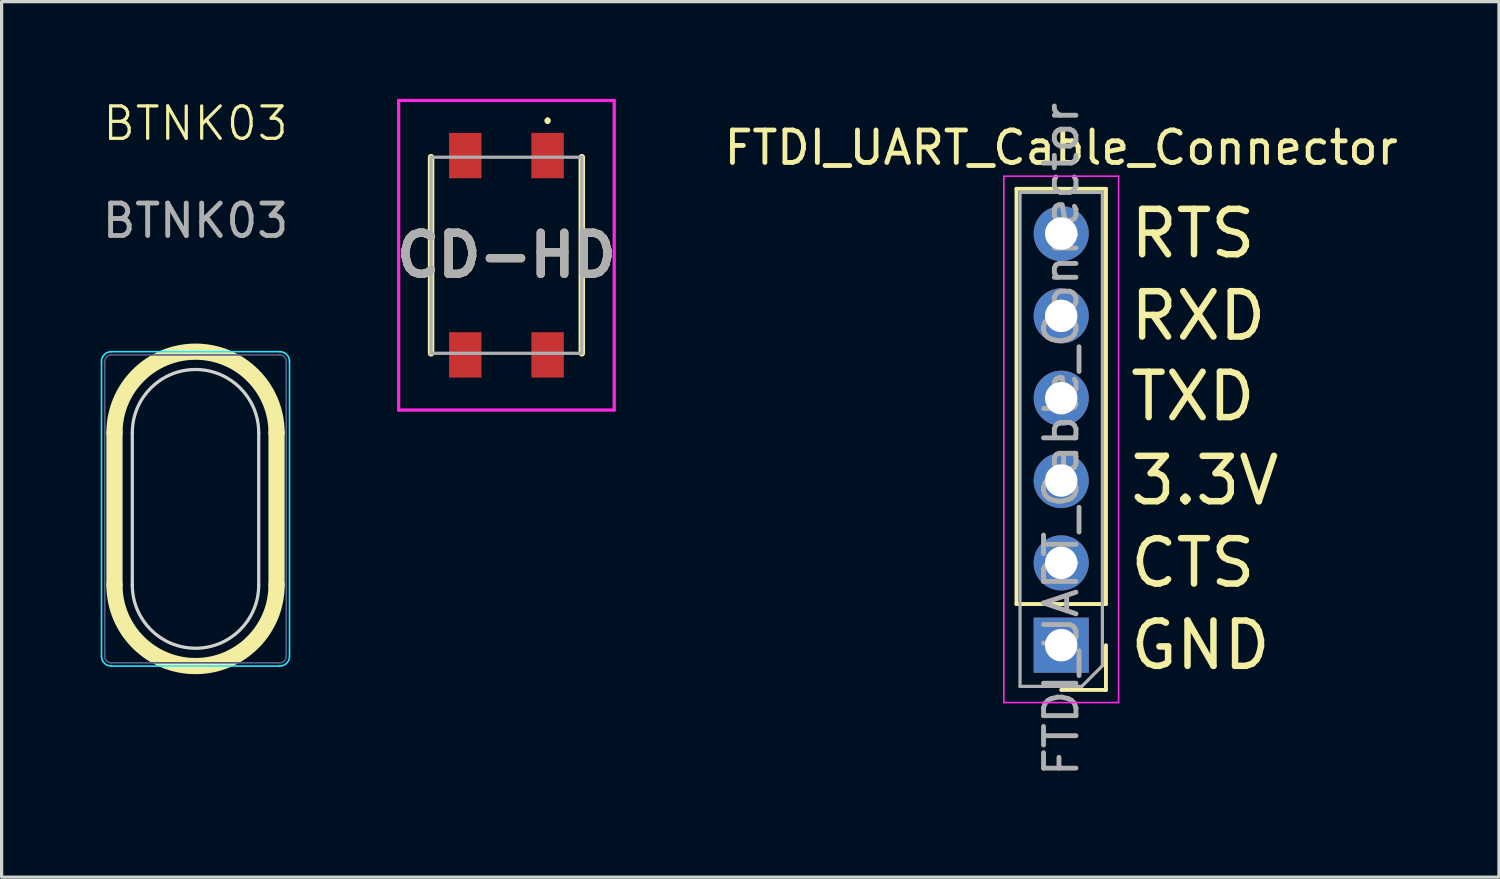
<source format=kicad_pcb>
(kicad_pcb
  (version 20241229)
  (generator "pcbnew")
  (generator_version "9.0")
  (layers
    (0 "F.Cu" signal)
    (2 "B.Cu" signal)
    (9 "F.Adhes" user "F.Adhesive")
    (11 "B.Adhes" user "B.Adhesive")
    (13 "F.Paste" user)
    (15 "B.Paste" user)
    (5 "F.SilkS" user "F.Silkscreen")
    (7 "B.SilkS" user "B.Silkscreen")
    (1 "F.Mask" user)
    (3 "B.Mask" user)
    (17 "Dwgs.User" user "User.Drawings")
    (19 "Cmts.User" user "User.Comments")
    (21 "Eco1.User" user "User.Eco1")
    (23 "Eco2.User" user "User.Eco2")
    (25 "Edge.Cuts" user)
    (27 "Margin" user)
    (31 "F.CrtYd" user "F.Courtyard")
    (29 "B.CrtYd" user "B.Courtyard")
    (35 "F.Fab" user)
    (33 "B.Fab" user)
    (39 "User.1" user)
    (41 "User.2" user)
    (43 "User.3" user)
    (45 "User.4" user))
  (footprint "BTNK03"
    (layer "F.Cu")
    (at 2.982 12.65)
    (property "Reference" "BTNK03" (at 0 -11.89 0) (unlocked yes) (layer "F.SilkS") (effects (font (size 1 1) (thickness 0.1))))
    (fp_line (start -2.5 2.35) (end -2.5 -2.35) (stroke (width 0.5) (type solid)) (layer "F.SilkS"))
    (fp_line (start 2.5 2.35) (end 2.5 -2.35) (stroke (width 0.5) (type solid)) (layer "F.SilkS"))
    (fp_arc (start -2.5 -2.35) (mid 0 -4.85) (end 2.5 -2.35) (stroke (width 0.5) (type solid)) (layer "F.SilkS"))
    (fp_arc (start 2.5 2.35) (mid 0 4.85) (end -2.5 2.35) (stroke (width 0.5) (type solid)) (layer "F.SilkS"))
    (fp_line (start -1.95 2.35) (end -1.95 -2.35) (stroke (width 0.1) (type solid)) (layer "Edge.Cuts"))
    (fp_line (start 1.95 2.35) (end 1.95 -2.35) (stroke (width 0.1) (type solid)) (layer "Edge.Cuts"))
    (fp_arc (start -1.95 -2.35) (mid 0 -4.3) (end 1.95 -2.35) (stroke (width 0.1) (type solid)) (layer "Edge.Cuts"))
    (fp_arc (start 1.95 2.35) (mid 0 4.3) (end -1.95 2.35) (stroke (width 0.1) (type solid)) (layer "Edge.Cuts"))
    (fp_line (start -2.9 4.55) (end -2.9 -4.55) (stroke (width 0.05) (type default)) (layer "B.CrtYd"))
    (fp_line (start -2.6 -4.85) (end 2.6 -4.85) (stroke (width 0.05) (type default)) (layer "B.CrtYd"))
    (fp_line (start 2.6 4.85) (end -2.6 4.85) (stroke (width 0.05) (type default)) (layer "B.CrtYd"))
    (fp_line (start 2.9 -4.55) (end 2.9 4.55) (stroke (width 0.05) (type default)) (layer "B.CrtYd"))
    (fp_arc (start -2.9 -4.55) (mid -2.812132 -4.762132) (end -2.6 -4.85) (stroke (width 0.05) (type default)) (layer "B.CrtYd"))
    (fp_arc (start -2.6 4.85) (mid -2.812132 4.762132) (end -2.9 4.55) (stroke (width 0.05) (type default)) (layer "B.CrtYd"))
    (fp_arc (start 2.6 -4.85) (mid 2.812132 -4.762132) (end 2.9 -4.55) (stroke (width 0.05) (type default)) (layer "B.CrtYd"))
    (fp_arc (start 2.9 4.55) (mid 2.812132 4.762132) (end 2.6 4.85) (stroke (width 0.05) (type default)) (layer "B.CrtYd"))
    (fp_line (start -2.8 4.55) (end -2.8 -4.55) (stroke (width 0.05) (type default)) (layer "B.Fab"))
    (fp_line (start -2.6 -4.75) (end 2.6 -4.75) (stroke (width 0.05) (type default)) (layer "B.Fab"))
    (fp_line (start 2.6 4.75) (end -2.6 4.75) (stroke (width 0.05) (type default)) (layer "B.Fab"))
    (fp_line (start 2.8 -4.55) (end 2.8 4.55) (stroke (width 0.05) (type default)) (layer "B.Fab"))
    (fp_arc (start -2.8 -4.55) (mid -2.741421 -4.691421) (end -2.6 -4.75) (stroke (width 0.05) (type default)) (layer "B.Fab"))
    (fp_arc (start -2.6 4.75) (mid -2.741421 4.691421) (end -2.8 4.55) (stroke (width 0.05) (type default)) (layer "B.Fab"))
    (fp_arc (start 2.6 -4.75) (mid 2.741421 -4.691421) (end 2.8 -4.55) (stroke (width 0.05) (type default)) (layer "B.Fab"))
    (fp_arc (start 2.8 4.55) (mid 2.741421 4.691421) (end 2.6 4.75) (stroke (width 0.05) (type default)) (layer "B.Fab"))
    (fp_line (start 0 0.5) (end 0 -0.5) (stroke (width 0.15) (type solid)) (layer "User.2"))
    (fp_line (start 0.5 0) (end -0.5 0) (stroke (width 0.15) (type solid)) (layer "User.2"))
    (fp_text user "${REFERENCE}" (at 0 -8.89 0) (unlocked yes) (layer "F.Fab") (effects (font (size 1 1) (thickness 0.15)))))
  (footprint "CD-HD"
    (layer "F.Cu")
    (at 12.575 4.825)
    (property "Reference" "CD-HD" (at 0 0 0) (layer "F.SilkS") (effects (font (size 1.27 1.27) (thickness 0.254))))
    (attr smd)
    (fp_line (start -2.325 3.025) (end -2.325 -3.025) (stroke (width 0.2) (type solid)) (layer "F.SilkS"))
    (fp_line (start 1.27 -4.2) (end 1.27 -4.2) (stroke (width 0.1) (type solid)) (layer "F.SilkS"))
    (fp_line (start 1.27 -4.1) (end 1.27 -4.1) (stroke (width 0.1) (type solid)) (layer "F.SilkS"))
    (fp_line (start 2.325 -3.025) (end 2.325 3.025) (stroke (width 0.2) (type solid)) (layer "F.SilkS"))
    (fp_arc (start 1.27 -4.2) (mid 1.32 -4.15) (end 1.27 -4.1) (stroke (width 0.1) (type solid)) (layer "F.SilkS"))
    (fp_arc (start 1.27 -4.1) (mid 1.22 -4.15) (end 1.27 -4.2) (stroke (width 0.1) (type solid)) (layer "F.SilkS"))
    (fp_line (start -3.325 -4.775) (end 3.325 -4.775) (stroke (width 0.1) (type solid)) (layer "F.CrtYd"))
    (fp_line (start -3.325 4.775) (end -3.325 -4.775) (stroke (width 0.1) (type solid)) (layer "F.CrtYd"))
    (fp_line (start 3.325 -4.775) (end 3.325 4.775) (stroke (width 0.1) (type solid)) (layer "F.CrtYd"))
    (fp_line (start 3.325 4.775) (end -3.325 4.775) (stroke (width 0.1) (type solid)) (layer "F.CrtYd"))
    (fp_line (start -2.325 -3.025) (end 2.325 -3.025) (stroke (width 0.1) (type solid)) (layer "F.Fab"))
    (fp_line (start -2.325 3.025) (end -2.325 -3.025) (stroke (width 0.1) (type solid)) (layer "F.Fab"))
    (fp_line (start 2.325 -3.025) (end 2.325 3.025) (stroke (width 0.1) (type solid)) (layer "F.Fab"))
    (fp_line (start 2.325 3.025) (end -2.325 3.025) (stroke (width 0.1) (type solid)) (layer "F.Fab"))
    (fp_text user "${REFERENCE}" (at 0 0 0) (layer "F.Fab") (effects (font (size 1.27 1.27) (thickness 0.254))))
    (pad "1" smd rect (at 1.27 -3.075) (size 1 1.4) (layers "F.Cu" "F.Mask" "F.Paste"))
    (pad "2" smd rect (at 1.27 3.075) (size 1 1.4) (layers "F.Cu" "F.Mask" "F.Paste"))
    (pad "3" smd rect (at -1.27 3.075) (size 1 1.4) (layers "F.Cu" "F.Mask" "F.Paste"))
    (pad "4" smd rect (at -1.27 -3.075) (size 1 1.4) (layers "F.Cu" "F.Mask" "F.Paste")))
  (footprint "FTDI_UART_Cable_Connector"
    (layer "F.Cu")
    (at 29.691 10.506)
    (property "Reference" "FTDI_UART_Cable_Connector" (at 0 -9 0) (layer "F.SilkS") (effects (font (size 1 1) (thickness 0.15))))
    (attr through_hole)
    (fp_line (start -1.38 5.08) (end -1.38 -7.73) (stroke (width 0.12) (type solid)) (layer "F.SilkS"))
    (fp_line (start 1.38 -7.73) (end -1.38 -7.73) (stroke (width 0.12) (type solid)) (layer "F.SilkS"))
    (fp_line (start 1.38 5.08) (end -1.38 5.08) (stroke (width 0.12) (type solid)) (layer "F.SilkS"))
    (fp_line (start 1.38 5.08) (end 1.38 -7.73) (stroke (width 0.12) (type solid)) (layer "F.SilkS"))
    (fp_line (start 1.38 6.35) (end 1.38 7.73) (stroke (width 0.12) (type solid)) (layer "F.SilkS"))
    (fp_line (start 1.38 7.73) (end 0 7.73) (stroke (width 0.12) (type solid)) (layer "F.SilkS"))
    (fp_line (start -1.77 -8.12) (end -1.77 8.12) (stroke (width 0.05) (type solid)) (layer "F.CrtYd"))
    (fp_line (start -1.77 8.12) (end 1.77 8.12) (stroke (width 0.05) (type solid)) (layer "F.CrtYd"))
    (fp_line (start 1.77 -8.12) (end -1.77 -8.12) (stroke (width 0.05) (type solid)) (layer "F.CrtYd"))
    (fp_line (start 1.77 8.12) (end 1.77 -8.12) (stroke (width 0.05) (type solid)) (layer "F.CrtYd"))
    (fp_line (start -1.27 -7.62) (end 1.27 -7.62) (stroke (width 0.1) (type solid)) (layer "F.Fab"))
    (fp_line (start -1.27 7.62) (end -1.27 -7.62) (stroke (width 0.1) (type solid)) (layer "F.Fab"))
    (fp_line (start 0.635 7.62) (end -1.27 7.62) (stroke (width 0.1) (type solid)) (layer "F.Fab"))
    (fp_line (start 1.27 -7.62) (end 1.27 6.985) (stroke (width 0.1) (type solid)) (layer "F.Fab"))
    (fp_line (start 1.27 6.985) (end 0.635 7.62) (stroke (width 0.1) (type solid)) (layer "F.Fab"))
    (fp_text user "3.3V" (at 2.032 1.27 0) (unlocked yes) (layer "F.SilkS") (effects (font (size 1.4 1.4) (thickness 0.2)) (justify left)))
    (fp_text user "TXD" (at 2.032 -1.325 0) (unlocked yes) (layer "F.SilkS") (effects (font (size 1.4 1.4) (thickness 0.2)) (justify left)))
    (fp_text user "CTS" (at 2.032 3.81 0) (unlocked yes) (layer "F.SilkS") (effects (font (size 1.4 1.4) (thickness 0.2)) (justify left)))
    (fp_text user "RXD" (at 2.032 -3.81 0) (unlocked yes) (layer "F.SilkS") (effects (font (size 1.4 1.4) (thickness 0.2)) (justify left)))
    (fp_text user "GND" (at 2.032 6.35 0) (unlocked yes) (layer "F.SilkS") (effects (font (size 1.4 1.4) (thickness 0.2)) (justify left)))
    (fp_text user "RTS" (at 2.032 -6.35 0) (unlocked yes) (layer "F.SilkS") (effects (font (size 1.4 1.4) (thickness 0.2)) (justify left)))
    (fp_text user "${REFERENCE}" (at 0 0 270) (layer "F.Fab") (effects (font (size 1 1) (thickness 0.15))))
    (pad "1" thru_hole rect (at 0 6.35 180) (size 1.7 1.7) (drill 1) (layers "*.Cu" "*.Mask"))
    (pad "2" thru_hole circle (at 0 3.81 180) (size 1.7 1.7) (drill 1) (layers "*.Cu" "*.Mask"))
    (pad "3" thru_hole circle (at 0 1.27 180) (size 1.7 1.7) (drill 1) (layers "*.Cu" "*.Mask"))
    (pad "4" thru_hole circle (at 0 -1.27 180) (size 1.7 1.7) (drill 1) (layers "*.Cu" "*.Mask"))
    (pad "5" thru_hole circle (at 0 -3.81 180) (size 1.7 1.7) (drill 1) (layers "*.Cu" "*.Mask"))
    (pad "6" thru_hole circle (at 0 -6.35 180) (size 1.7 1.7) (drill 1) (layers "*.Cu" "*.Mask")))
  (gr_rect
    (start -3 -3)
    (end 43.197 24.012)
    (stroke (width 0.1) (type default))
    (fill no)
    (layer "Edge.Cuts")))
</source>
